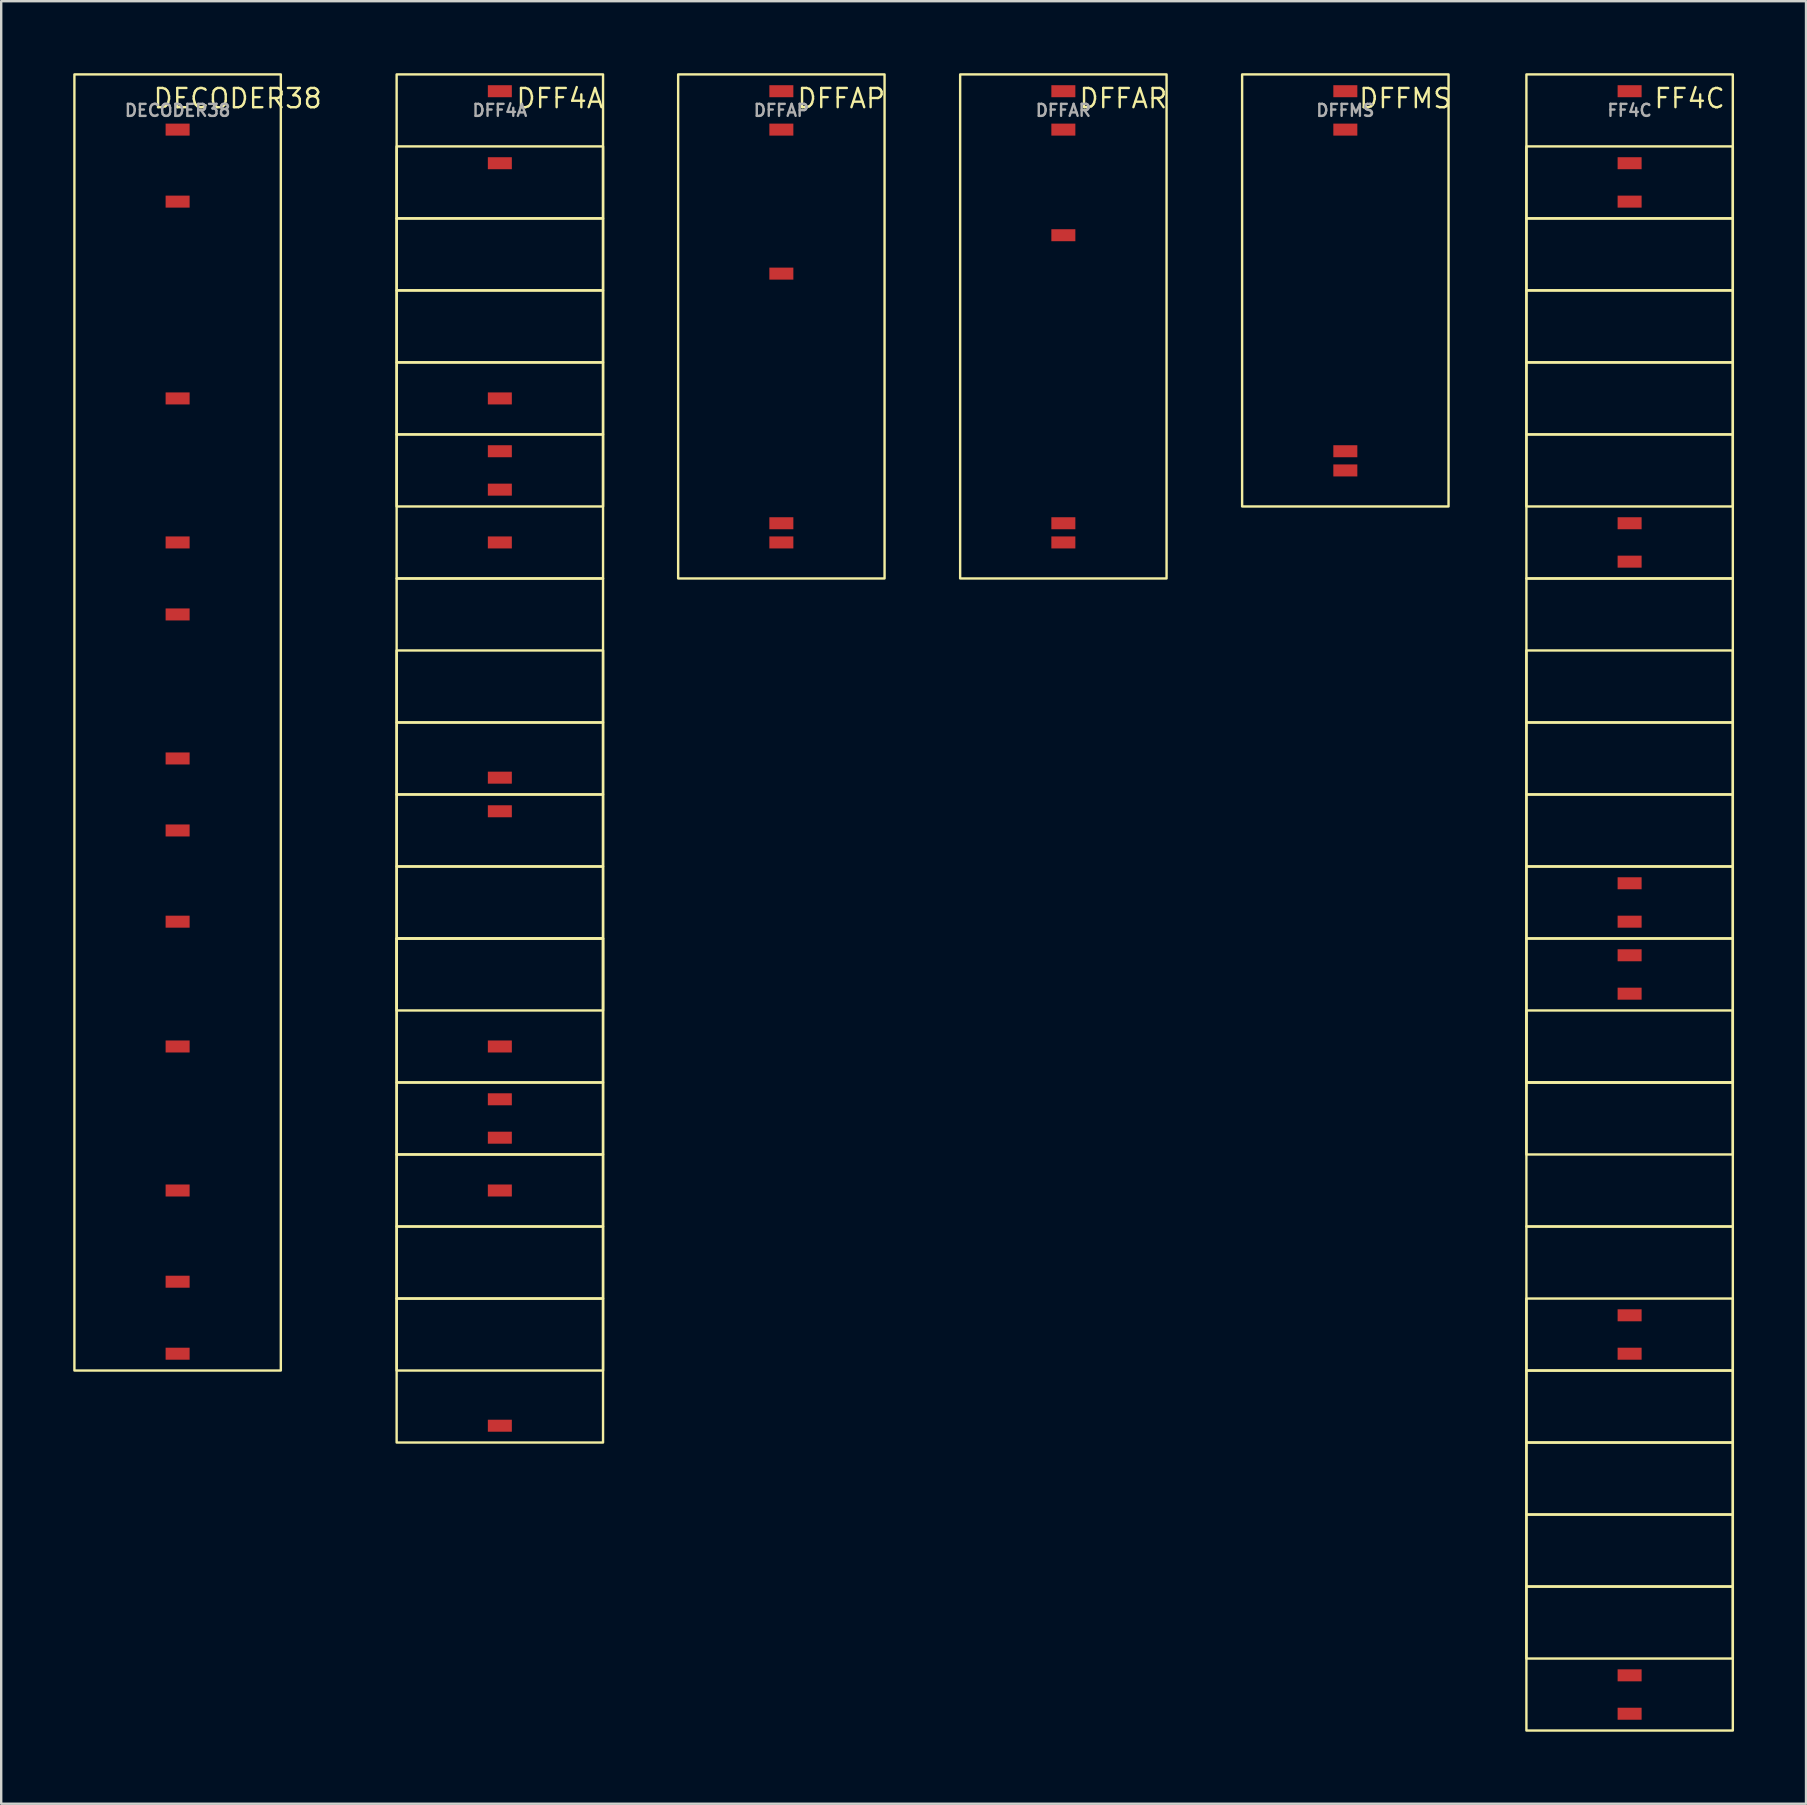
<source format=kicad_pcb>
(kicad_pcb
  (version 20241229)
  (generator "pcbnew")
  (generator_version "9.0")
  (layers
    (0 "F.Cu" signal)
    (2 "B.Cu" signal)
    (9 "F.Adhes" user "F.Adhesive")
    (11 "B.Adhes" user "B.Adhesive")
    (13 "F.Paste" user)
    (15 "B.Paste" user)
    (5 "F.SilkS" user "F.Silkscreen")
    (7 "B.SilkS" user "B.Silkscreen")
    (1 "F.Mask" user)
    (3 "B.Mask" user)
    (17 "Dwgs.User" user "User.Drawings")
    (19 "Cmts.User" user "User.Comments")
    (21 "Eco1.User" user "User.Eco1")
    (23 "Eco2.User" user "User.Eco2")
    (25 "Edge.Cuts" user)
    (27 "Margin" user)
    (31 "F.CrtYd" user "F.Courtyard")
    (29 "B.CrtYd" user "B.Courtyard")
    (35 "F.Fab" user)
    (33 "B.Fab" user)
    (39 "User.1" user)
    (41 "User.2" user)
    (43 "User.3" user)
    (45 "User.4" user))
  (footprint "DFFAP"
    (layer "F.Cu")
    (at 29.504 1.55)
    (property "Reference" "DFFAP" (at 2.5 -0.5 0) (unlocked yes) (layer "F.SilkS") (effects (font (size 0.8 0.8) (thickness 0.1))))
    (attr smd)
    (fp_rect (start -4.3 -1.5) (end 4.3 19.5) (stroke (width 0.1) (type default)) (fill no) (layer "F.SilkS"))
    (fp_text user "${REFERENCE}" (at 0 0 0) (unlocked yes) (layer "F.Fab") (effects (font (size 0.5 0.5) (thickness 0.1) (bold yes))))
    (pad "1" smd rect (at 0 -0.8) (size 1 0.5) (layers "F.Cu" "F.Mask" "F.Paste"))
    (pad "2" smd rect (at 0 0.8) (size 1 0.5) (layers "F.Cu" "F.Mask" "F.Paste"))
    (pad "3" smd rect (at 0 6.8) (size 1 0.5) (layers "F.Cu" "F.Mask" "F.Paste"))
    (pad "4" smd rect (at 0 17.2) (size 1 0.5) (layers "F.Cu" "F.Mask" "F.Paste"))
    (pad "5" smd rect (at 0 18) (size 1 0.5) (layers "F.Cu" "F.Mask" "F.Paste")))
  (footprint "DFF4A"
    (layer "F.Cu")
    (at 17.775 1.55)
    (property "Reference" "DFF4A" (at 2.5 -0.5 0) (unlocked yes) (layer "F.SilkS") (effects (font (size 0.8 0.8) (thickness 0.1))))
    (attr smd)
    (fp_rect (start -4.3 -1.5) (end 4.3 19.5) (stroke (width 0.1) (type default)) (fill no) (layer "F.SilkS"))
    (fp_rect (start -4.3 1.5) (end 4.3 4.5) (stroke (width 0.1) (type default)) (fill no) (layer "F.SilkS"))
    (fp_rect (start -4.3 4.5) (end 4.3 7.5) (stroke (width 0.1) (type default)) (fill no) (layer "F.SilkS"))
    (fp_rect (start -4.3 7.5) (end 4.3 10.5) (stroke (width 0.1) (type default)) (fill no) (layer "F.SilkS"))
    (fp_rect (start -4.3 10.5) (end 4.3 13.5) (stroke (width 0.1) (type default)) (fill no) (layer "F.SilkS"))
    (fp_rect (start -4.3 13.5) (end 4.3 16.5) (stroke (width 0.1) (type default)) (fill no) (layer "F.SilkS"))
    (fp_rect (start -4.3 19.5) (end 4.3 40.5) (stroke (width 0.1) (type default)) (fill no) (layer "F.SilkS"))
    (fp_rect (start -4.3 22.5) (end 4.3 25.5) (stroke (width 0.1) (type default)) (fill no) (layer "F.SilkS"))
    (fp_rect (start -4.3 25.5) (end 4.3 28.5) (stroke (width 0.1) (type default)) (fill no) (layer "F.SilkS"))
    (fp_rect (start -4.3 28.5) (end 4.3 31.5) (stroke (width 0.1) (type default)) (fill no) (layer "F.SilkS"))
    (fp_rect (start -4.3 31.5) (end 4.3 34.5) (stroke (width 0.1) (type default)) (fill no) (layer "F.SilkS"))
    (fp_rect (start -4.3 34.5) (end 4.3 37.5) (stroke (width 0.1) (type default)) (fill no) (layer "F.SilkS"))
    (fp_rect (start -4.3 34.5) (end 4.3 55.5) (stroke (width 0.1) (type default)) (fill no) (layer "F.SilkS"))
    (fp_rect (start -4.3 40.5) (end 4.3 43.5) (stroke (width 0.1) (type default)) (fill no) (layer "F.SilkS"))
    (fp_rect (start -4.3 43.5) (end 4.3 46.5) (stroke (width 0.1) (type default)) (fill no) (layer "F.SilkS"))
    (fp_rect (start -4.3 46.5) (end 4.3 49.5) (stroke (width 0.1) (type default)) (fill no) (layer "F.SilkS"))
    (fp_rect (start -4.3 49.5) (end 4.3 52.5) (stroke (width 0.1) (type default)) (fill no) (layer "F.SilkS"))
    (fp_text user "${REFERENCE}" (at 0 0 0) (unlocked yes) (layer "F.Fab") (effects (font (size 0.5 0.5) (thickness 0.1) (bold yes))))
    (pad "1" smd rect (at 0 -0.8) (size 1 0.5) (layers "F.Cu" "F.Mask" "F.Paste"))
    (pad "2" smd rect (at 0 2.2) (size 1 0.5) (layers "F.Cu" "F.Mask" "F.Paste"))
    (pad "3" smd rect (at 0 12) (size 1 0.5) (layers "F.Cu" "F.Mask" "F.Paste"))
    (pad "4" smd rect (at 0 14.2) (size 1 0.5) (layers "F.Cu" "F.Mask" "F.Paste"))
    (pad "5" smd rect (at 0 15.8) (size 1 0.5) (layers "F.Cu" "F.Mask" "F.Paste"))
    (pad "6" smd rect (at 0 18) (size 1 0.5) (layers "F.Cu" "F.Mask" "F.Paste"))
    (pad "7" smd rect (at 0 27.8) (size 1 0.5) (layers "F.Cu" "F.Mask" "F.Paste"))
    (pad "8" smd rect (at 0 29.2) (size 1 0.5) (layers "F.Cu" "F.Mask" "F.Paste"))
    (pad "9" smd rect (at 0 39) (size 1 0.5) (layers "F.Cu" "F.Mask" "F.Paste"))
    (pad "10" smd rect (at 0 41.2) (size 1 0.5) (layers "F.Cu" "F.Mask" "F.Paste"))
    (pad "11" smd rect (at 0 42.8) (size 1 0.5) (layers "F.Cu" "F.Mask" "F.Paste"))
    (pad "12" smd rect (at 0 45) (size 1 0.5) (layers "F.Cu" "F.Mask" "F.Paste"))
    (pad "13" smd rect (at 0 54.8) (size 1 0.5) (layers "F.Cu" "F.Mask" "F.Paste")))
  (footprint "DFFMS"
    (layer "F.Cu")
    (at 53.001 1.55)
    (property "Reference" "DFFMS" (at 2.5 -0.5 0) (unlocked yes) (layer "F.SilkS") (effects (font (size 0.8 0.8) (thickness 0.1))))
    (attr smd)
    (fp_rect (start -4.3 -1.5) (end 4.3 16.5) (stroke (width 0.1) (type default)) (fill no) (layer "F.SilkS"))
    (fp_text user "${REFERENCE}" (at 0 0 0) (unlocked yes) (layer "F.Fab") (effects (font (size 0.5 0.5) (thickness 0.1) (bold yes))))
    (pad "1" smd rect (at 0 -0.8) (size 1 0.5) (layers "F.Cu" "F.Mask" "F.Paste"))
    (pad "2" smd rect (at 0 0.8) (size 1 0.5) (layers "F.Cu" "F.Mask" "F.Paste"))
    (pad "3" smd rect (at 0 14.2) (size 1 0.5) (layers "F.Cu" "F.Mask" "F.Paste"))
    (pad "4" smd rect (at 0 15) (size 1 0.5) (layers "F.Cu" "F.Mask" "F.Paste")))
  (footprint "FF4C"
    (layer "F.Cu")
    (at 64.845 1.55)
    (property "Reference" "FF4C" (at 2.5 -0.5 0) (unlocked yes) (layer "F.SilkS") (effects (font (size 0.8 0.8) (thickness 0.1))))
    (attr smd)
    (fp_rect (start -4.3 -1.5) (end 4.3 19.5) (stroke (width 0.1) (type default)) (fill no) (layer "F.SilkS"))
    (fp_rect (start -4.3 1.5) (end 4.3 4.5) (stroke (width 0.1) (type default)) (fill no) (layer "F.SilkS"))
    (fp_rect (start -4.3 4.5) (end 4.3 7.5) (stroke (width 0.1) (type default)) (fill no) (layer "F.SilkS"))
    (fp_rect (start -4.3 7.5) (end 4.3 10.5) (stroke (width 0.1) (type default)) (fill no) (layer "F.SilkS"))
    (fp_rect (start -4.3 10.5) (end 4.3 13.5) (stroke (width 0.1) (type default)) (fill no) (layer "F.SilkS"))
    (fp_rect (start -4.3 13.5) (end 4.3 16.5) (stroke (width 0.1) (type default)) (fill no) (layer "F.SilkS"))
    (fp_rect (start -4.3 19.5) (end 4.3 40.5) (stroke (width 0.1) (type default)) (fill no) (layer "F.SilkS"))
    (fp_rect (start -4.3 22.5) (end 4.3 25.5) (stroke (width 0.1) (type default)) (fill no) (layer "F.SilkS"))
    (fp_rect (start -4.3 25.5) (end 4.3 28.5) (stroke (width 0.1) (type default)) (fill no) (layer "F.SilkS"))
    (fp_rect (start -4.3 28.5) (end 4.3 31.5) (stroke (width 0.1) (type default)) (fill no) (layer "F.SilkS"))
    (fp_rect (start -4.3 31.5) (end 4.3 34.5) (stroke (width 0.1) (type default)) (fill no) (layer "F.SilkS"))
    (fp_rect (start -4.3 34.5) (end 4.3 46.5) (stroke (width 0.1) (type default)) (fill no) (layer "F.SilkS"))
    (fp_rect (start -4.3 37.5) (end 4.3 40.5) (stroke (width 0.1) (type default)) (fill no) (layer "F.SilkS"))
    (fp_rect (start -4.3 40.5) (end 4.3 43.5) (stroke (width 0.1) (type default)) (fill no) (layer "F.SilkS"))
    (fp_rect (start -4.3 46.5) (end 4.3 67.5) (stroke (width 0.1) (type default)) (fill no) (layer "F.SilkS"))
    (fp_rect (start -4.3 49.5) (end 4.3 52.5) (stroke (width 0.1) (type default)) (fill no) (layer "F.SilkS"))
    (fp_rect (start -4.3 52.5) (end 4.3 55.5) (stroke (width 0.1) (type default)) (fill no) (layer "F.SilkS"))
    (fp_rect (start -4.3 55.5) (end 4.3 58.5) (stroke (width 0.1) (type default)) (fill no) (layer "F.SilkS"))
    (fp_rect (start -4.3 58.5) (end 4.3 61.5) (stroke (width 0.1) (type default)) (fill no) (layer "F.SilkS"))
    (fp_rect (start -4.3 61.5) (end 4.3 64.5) (stroke (width 0.1) (type default)) (fill no) (layer "F.SilkS"))
    (fp_text user "${REFERENCE}" (at 0 0 0) (unlocked yes) (layer "F.Fab") (effects (font (size 0.5 0.5) (thickness 0.1) (bold yes))))
    (pad "1" smd rect (at 0 -0.8) (size 1 0.5) (layers "F.Cu" "F.Mask" "F.Paste"))
    (pad "2" smd rect (at 0 2.2) (size 1 0.5) (layers "F.Cu" "F.Mask" "F.Paste"))
    (pad "3" smd rect (at 0 3.8) (size 1 0.5) (layers "F.Cu" "F.Mask" "F.Paste"))
    (pad "4" smd rect (at 0 17.2) (size 1 0.5) (layers "F.Cu" "F.Mask" "F.Paste"))
    (pad "5" smd rect (at 0 18.8) (size 1 0.5) (layers "F.Cu" "F.Mask" "F.Paste"))
    (pad "6" smd rect (at 0 32.2) (size 1 0.5) (layers "F.Cu" "F.Mask" "F.Paste"))
    (pad "7" smd rect (at 0 33.8) (size 1 0.5) (layers "F.Cu" "F.Mask" "F.Paste"))
    (pad "8" smd rect (at 0 35.2) (size 1 0.5) (layers "F.Cu" "F.Mask" "F.Paste"))
    (pad "9" smd rect (at 0 36.8) (size 1 0.5) (layers "F.Cu" "F.Mask" "F.Paste"))
    (pad "10" smd rect (at 0 50.2) (size 1 0.5) (layers "F.Cu" "F.Mask" "F.Paste"))
    (pad "11" smd rect (at 0 51.8) (size 1 0.5) (layers "F.Cu" "F.Mask" "F.Paste"))
    (pad "12" smd rect (at 0 65.2) (size 1 0.5) (layers "F.Cu" "F.Mask" "F.Paste"))
    (pad "13" smd rect (at 0 66.8) (size 1 0.5) (layers "F.Cu" "F.Mask" "F.Paste")))
  (footprint "DFFAR"
    (layer "F.Cu")
    (at 41.253 1.55)
    (property "Reference" "DFFAR" (at 2.5 -0.5 0) (unlocked yes) (layer "F.SilkS") (effects (font (size 0.8 0.8) (thickness 0.1))))
    (attr smd)
    (fp_rect (start -4.3 -1.5) (end 4.3 19.5) (stroke (width 0.1) (type default)) (fill no) (layer "F.SilkS"))
    (fp_text user "${REFERENCE}" (at 0 0 0) (unlocked yes) (layer "F.Fab") (effects (font (size 0.5 0.5) (thickness 0.1) (bold yes))))
    (pad "1" smd rect (at 0 -0.8) (size 1 0.5) (layers "F.Cu" "F.Mask" "F.Paste"))
    (pad "2" smd rect (at 0 0.8) (size 1 0.5) (layers "F.Cu" "F.Mask" "F.Paste"))
    (pad "3" smd rect (at 0 5.2) (size 1 0.5) (layers "F.Cu" "F.Mask" "F.Paste"))
    (pad "4" smd rect (at 0 17.2) (size 1 0.5) (layers "F.Cu" "F.Mask" "F.Paste"))
    (pad "5" smd rect (at 0 18) (size 1 0.5) (layers "F.Cu" "F.Mask" "F.Paste")))
  (footprint "DECODER38"
    (layer "F.Cu")
    (at 4.35 1.55)
    (property "Reference" "DECODER38" (at 2.5 -0.5 0) (unlocked yes) (layer "F.SilkS") (effects (font (size 0.8 0.8) (thickness 0.1))))
    (attr smd)
    (fp_rect (start -4.3 -1.5) (end 4.3 52.5) (stroke (width 0.1) (type default)) (fill no) (layer "F.SilkS"))
    (fp_text user "${REFERENCE}" (at 0 0 0) (unlocked yes) (layer "F.Fab") (effects (font (size 0.5 0.5) (thickness 0.1) (bold yes))))
    (pad "1" smd rect (at 0 0.8) (size 1 0.5) (layers "F.Cu" "F.Mask" "F.Paste"))
    (pad "2" smd rect (at 0 3.8) (size 1 0.5) (layers "F.Cu" "F.Mask" "F.Paste"))
    (pad "3" smd rect (at 0 12) (size 1 0.5) (layers "F.Cu" "F.Mask" "F.Paste"))
    (pad "4" smd rect (at 0 18) (size 1 0.5) (layers "F.Cu" "F.Mask" "F.Paste"))
    (pad "5" smd rect (at 0 21) (size 1 0.5) (layers "F.Cu" "F.Mask" "F.Paste"))
    (pad "6" smd rect (at 0 27) (size 1 0.5) (layers "F.Cu" "F.Mask" "F.Paste"))
    (pad "7" smd rect (at 0 30) (size 1 0.5) (layers "F.Cu" "F.Mask" "F.Paste"))
    (pad "8" smd rect (at 0 33.8) (size 1 0.5) (layers "F.Cu" "F.Mask" "F.Paste"))
    (pad "9" smd rect (at 0 39) (size 1 0.5) (layers "F.Cu" "F.Mask" "F.Paste"))
    (pad "10" smd rect (at 0 45) (size 1 0.5) (layers "F.Cu" "F.Mask" "F.Paste"))
    (pad "11" smd rect (at 0 48.8) (size 1 0.5) (layers "F.Cu" "F.Mask" "F.Paste"))
    (pad "12" smd rect (at 0 51.8) (size 1 0.5) (layers "F.Cu" "F.Mask" "F.Paste")))
  (gr_rect
    (start -3 -3)
    (end 72.195 72.1)
    (stroke (width 0.1) (type default))
    (fill no)
    (layer "Edge.Cuts")))
</source>
